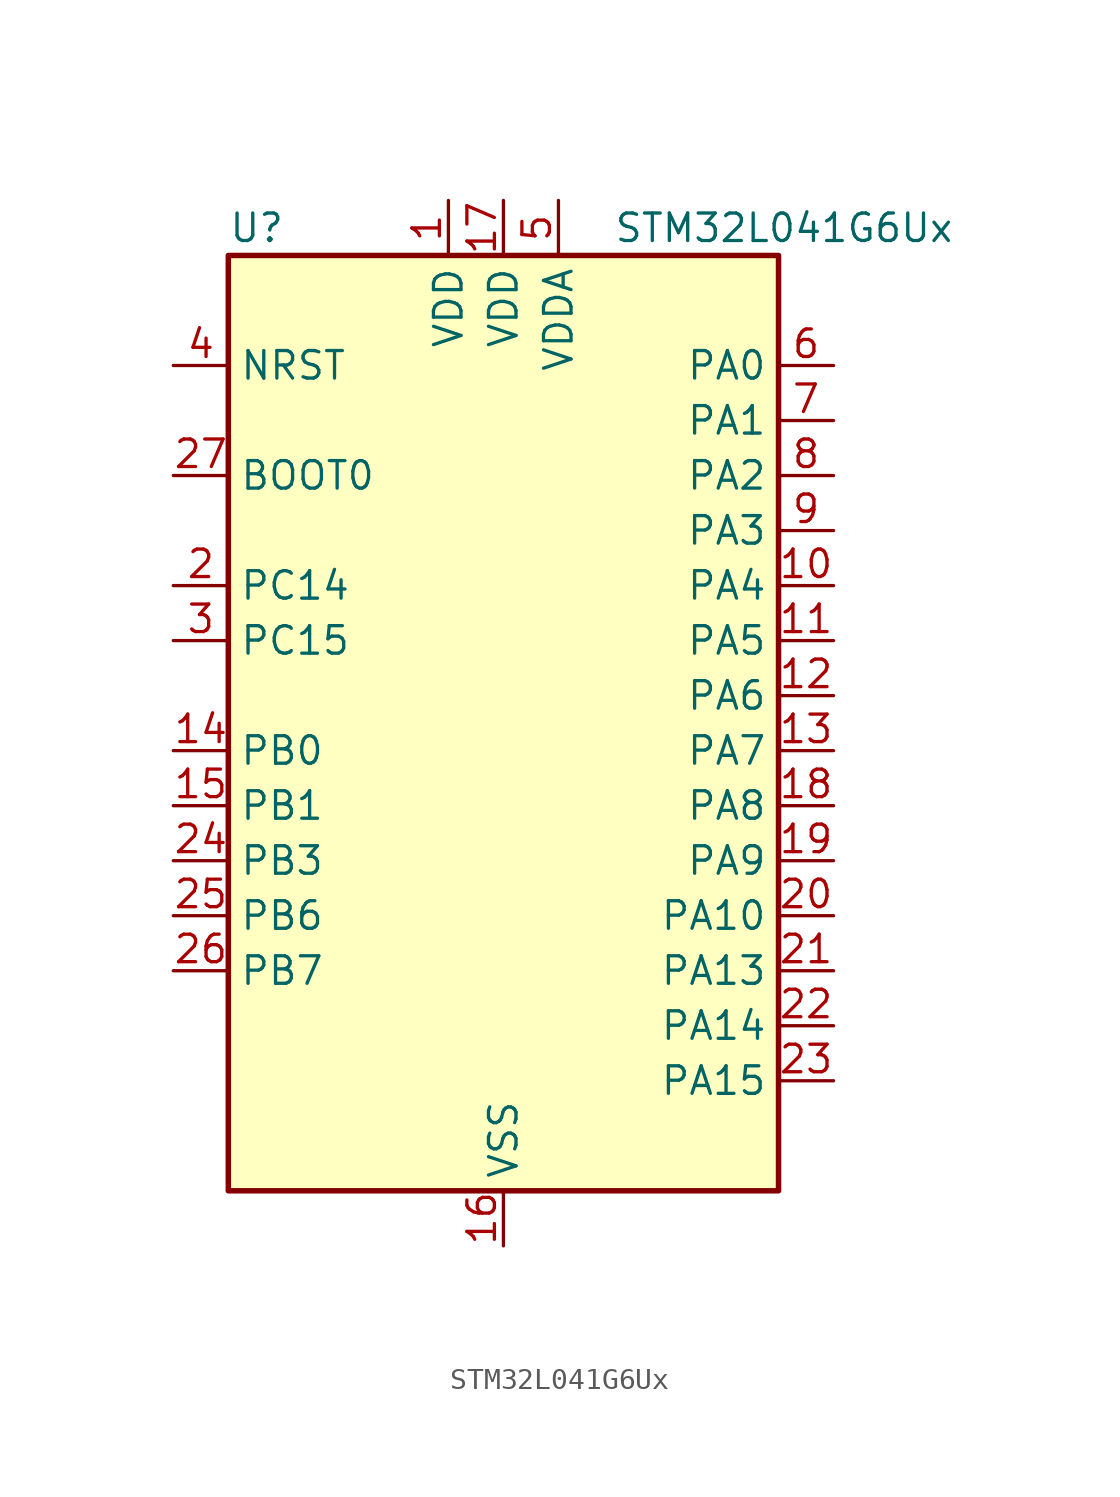
<source format=kicad_sym>
(kicad_symbol_lib
  (version 20241209)
  (generator "kicad_symbol_editor")
  (generator_version "9.0")
  (symbol "STM32L041G6Ux"
    (property "Reference" "U"
      (at -12.7 24.13 0)
      (effects (font (size 1.27 1.27)) (justify left)))
    (property "Value" "STM32L041G6Ux"
      (at 5.08 24.13 0)
      (effects (font (size 1.27 1.27)) (justify left)))
    (symbol "STM32L041G6Ux_0_1"
      (rectangle (start -12.7 -20.32) (end 12.7 22.86) (stroke (width 0.254) (type default)) (fill (type background))))
    (symbol "STM32L041G6Ux_1_1"
      (pin input line (at -15.24 17.78 0) (length 2.54) (name "NRST" (effects (font (size 1.27 1.27)))) (number "4" (effects (font (size 1.27 1.27)))))
      (pin input line (at -15.24 12.7 0) (length 2.54) (name "BOOT0" (effects (font (size 1.27 1.27)))) (number "27" (effects (font (size 1.27 1.27)))))
      (pin bidirectional line (at -15.24 7.62 0) (length 2.54) (name "PC14" (effects (font (size 1.27 1.27)))) (number "2" (effects (font (size 1.27 1.27)))) (alternate "RCC_OSC32_IN" bidirectional line))
      (pin bidirectional line (at -15.24 5.08 0) (length 2.54) (name "PC15" (effects (font (size 1.27 1.27)))) (number "3" (effects (font (size 1.27 1.27)))) (alternate "RCC_OSC32_OUT" bidirectional line))
      (pin bidirectional line (at -15.24 0 0) (length 2.54) (name "PB0" (effects (font (size 1.27 1.27)))) (number "14" (effects (font (size 1.27 1.27)))) (alternate "ADC_IN8" bidirectional line) (alternate "SPI1_MISO" bidirectional line) (alternate "SYS_VREF_OUT_PB0" bidirectional line) (alternate "TIM2_CH3" bidirectional line) (alternate "USART2_DE" bidirectional line) (alternate "USART2_RTS" bidirectional line))
      (pin bidirectional line (at -15.24 -2.54 0) (length 2.54) (name "PB1" (effects (font (size 1.27 1.27)))) (number "15" (effects (font (size 1.27 1.27)))) (alternate "ADC_IN9" bidirectional line) (alternate "LPUART1_DE" bidirectional line) (alternate "LPUART1_RTS" bidirectional line) (alternate "SPI1_MOSI" bidirectional line) (alternate "SYS_VREF_OUT_PB1" bidirectional line) (alternate "TIM2_CH4" bidirectional line) (alternate "USART2_CK" bidirectional line))
      (pin bidirectional line (at -15.24 -5.08 0) (length 2.54) (name "PB3" (effects (font (size 1.27 1.27)))) (number "24" (effects (font (size 1.27 1.27)))) (alternate "COMP2_INM" bidirectional line) (alternate "SPI1_SCK" bidirectional line) (alternate "TIM2_CH2" bidirectional line))
      (pin bidirectional line (at -15.24 -7.62 0) (length 2.54) (name "PB6" (effects (font (size 1.27 1.27)))) (number "25" (effects (font (size 1.27 1.27)))) (alternate "COMP2_INP" bidirectional line) (alternate "I2C1_SCL" bidirectional line) (alternate "LPTIM1_ETR" bidirectional line) (alternate "TIM21_CH1" bidirectional line) (alternate "USART2_TX" bidirectional line))
      (pin bidirectional line (at -15.24 -10.16 0) (length 2.54) (name "PB7" (effects (font (size 1.27 1.27)))) (number "26" (effects (font (size 1.27 1.27)))) (alternate "COMP2_INP" bidirectional line) (alternate "I2C1_SDA" bidirectional line) (alternate "LPTIM1_IN2" bidirectional line) (alternate "SYS_PVD_IN" bidirectional line) (alternate "USART2_RX" bidirectional line))
      (pin power_in line (at -2.54 25.4 270) (length 2.54) (name "VDD" (effects (font (size 1.27 1.27)))) (number "1" (effects (font (size 1.27 1.27)))))
      (pin power_in line (at 0 25.4 270) (length 2.54) (name "VDD" (effects (font (size 1.27 1.27)))) (number "17" (effects (font (size 1.27 1.27)))))
      (pin power_in line (at 0 -22.86 90) (length 2.54) (name "VSS" (effects (font (size 1.27 1.27)))) (number "16" (effects (font (size 1.27 1.27)))))
      (pin passive line (at 0 -22.86 90) (length 2.54) (hide yes) (name "VSS" (effects (font (size 1.27 1.27)))) (number "28" (effects (font (size 1.27 1.27)))))
      (pin power_in line (at 2.54 25.4 270) (length 2.54) (name "VDDA" (effects (font (size 1.27 1.27)))) (number "5" (effects (font (size 1.27 1.27)))))
      (pin bidirectional line (at 15.24 17.78 180) (length 2.54) (name "PA0" (effects (font (size 1.27 1.27)))) (number "6" (effects (font (size 1.27 1.27)))) (alternate "ADC_IN0" bidirectional line) (alternate "COMP1_INM" bidirectional line) (alternate "COMP1_OUT" bidirectional line) (alternate "LPTIM1_IN1" bidirectional line) (alternate "RCC_CK_IN" bidirectional line) (alternate "RTC_TAMP2" bidirectional line) (alternate "SYS_WKUP1" bidirectional line) (alternate "TIM2_CH1" bidirectional line) (alternate "TIM2_ETR" bidirectional line) (alternate "USART2_CTS" bidirectional line))
      (pin bidirectional line (at 15.24 15.24 180) (length 2.54) (name "PA1" (effects (font (size 1.27 1.27)))) (number "7" (effects (font (size 1.27 1.27)))) (alternate "ADC_IN1" bidirectional line) (alternate "COMP1_INP" bidirectional line) (alternate "I2C1_SMBA" bidirectional line) (alternate "LPTIM1_IN2" bidirectional line) (alternate "TIM21_ETR" bidirectional line) (alternate "TIM2_CH2" bidirectional line) (alternate "USART2_DE" bidirectional line) (alternate "USART2_RTS" bidirectional line))
      (pin bidirectional line (at 15.24 12.7 180) (length 2.54) (name "PA2" (effects (font (size 1.27 1.27)))) (number "8" (effects (font (size 1.27 1.27)))) (alternate "ADC_IN2" bidirectional line) (alternate "COMP2_INM" bidirectional line) (alternate "COMP2_OUT" bidirectional line) (alternate "LPUART1_TX" bidirectional line) (alternate "RTC_OUT_ALARM" bidirectional line) (alternate "RTC_OUT_CALIB" bidirectional line) (alternate "RTC_TAMP3" bidirectional line) (alternate "RTC_TS" bidirectional line) (alternate "SYS_WKUP3" bidirectional line) (alternate "TIM21_CH1" bidirectional line) (alternate "TIM2_CH3" bidirectional line) (alternate "USART2_TX" bidirectional line))
      (pin bidirectional line (at 15.24 10.16 180) (length 2.54) (name "PA3" (effects (font (size 1.27 1.27)))) (number "9" (effects (font (size 1.27 1.27)))) (alternate "ADC_IN3" bidirectional line) (alternate "COMP2_INP" bidirectional line) (alternate "LPUART1_RX" bidirectional line) (alternate "TIM21_CH2" bidirectional line) (alternate "TIM2_CH4" bidirectional line) (alternate "USART2_RX" bidirectional line))
      (pin bidirectional line (at 15.24 7.62 180) (length 2.54) (name "PA4" (effects (font (size 1.27 1.27)))) (number "10" (effects (font (size 1.27 1.27)))) (alternate "ADC_IN4" bidirectional line) (alternate "COMP1_INM" bidirectional line) (alternate "COMP2_INM" bidirectional line) (alternate "LPTIM1_IN1" bidirectional line) (alternate "SPI1_NSS" bidirectional line) (alternate "TIM22_ETR" bidirectional line) (alternate "USART2_CK" bidirectional line))
      (pin bidirectional line (at 15.24 5.08 180) (length 2.54) (name "PA5" (effects (font (size 1.27 1.27)))) (number "11" (effects (font (size 1.27 1.27)))) (alternate "ADC_IN5" bidirectional line) (alternate "COMP1_INM" bidirectional line) (alternate "COMP2_INM" bidirectional line) (alternate "LPTIM1_IN2" bidirectional line) (alternate "SPI1_SCK" bidirectional line) (alternate "TIM2_CH1" bidirectional line) (alternate "TIM2_ETR" bidirectional line))
      (pin bidirectional line (at 15.24 2.54 180) (length 2.54) (name "PA6" (effects (font (size 1.27 1.27)))) (number "12" (effects (font (size 1.27 1.27)))) (alternate "ADC_IN6" bidirectional line) (alternate "COMP1_OUT" bidirectional line) (alternate "LPTIM1_ETR" bidirectional line) (alternate "LPUART1_CTS" bidirectional line) (alternate "SPI1_MISO" bidirectional line) (alternate "TIM22_CH1" bidirectional line))
      (pin bidirectional line (at 15.24 0 180) (length 2.54) (name "PA7" (effects (font (size 1.27 1.27)))) (number "13" (effects (font (size 1.27 1.27)))) (alternate "ADC_IN7" bidirectional line) (alternate "COMP2_OUT" bidirectional line) (alternate "LPTIM1_OUT" bidirectional line) (alternate "SPI1_MOSI" bidirectional line) (alternate "TIM22_CH2" bidirectional line) (alternate "USART2_CTS" bidirectional line))
      (pin bidirectional line (at 15.24 -2.54 180) (length 2.54) (name "PA8" (effects (font (size 1.27 1.27)))) (number "18" (effects (font (size 1.27 1.27)))) (alternate "LPTIM1_IN1" bidirectional line) (alternate "RCC_MCO" bidirectional line) (alternate "TIM2_CH1" bidirectional line) (alternate "USART2_CK" bidirectional line))
      (pin bidirectional line (at 15.24 -5.08 180) (length 2.54) (name "PA9" (effects (font (size 1.27 1.27)))) (number "19" (effects (font (size 1.27 1.27)))) (alternate "I2C1_SCL" bidirectional line) (alternate "RCC_MCO" bidirectional line) (alternate "TIM22_CH1" bidirectional line) (alternate "USART2_TX" bidirectional line))
      (pin bidirectional line (at 15.24 -7.62 180) (length 2.54) (name "PA10" (effects (font (size 1.27 1.27)))) (number "20" (effects (font (size 1.27 1.27)))) (alternate "I2C1_SDA" bidirectional line) (alternate "TIM22_CH2" bidirectional line) (alternate "USART2_RX" bidirectional line))
      (pin bidirectional line (at 15.24 -10.16 180) (length 2.54) (name "PA13" (effects (font (size 1.27 1.27)))) (number "21" (effects (font (size 1.27 1.27)))) (alternate "LPTIM1_ETR" bidirectional line) (alternate "LPUART1_RX" bidirectional line) (alternate "SYS_SWDIO" bidirectional line))
      (pin bidirectional line (at 15.24 -12.7 180) (length 2.54) (name "PA14" (effects (font (size 1.27 1.27)))) (number "22" (effects (font (size 1.27 1.27)))) (alternate "I2C1_SMBA" bidirectional line) (alternate "LPTIM1_OUT" bidirectional line) (alternate "LPUART1_TX" bidirectional line) (alternate "SYS_SWCLK" bidirectional line) (alternate "USART2_TX" bidirectional line))
      (pin bidirectional line (at 15.24 -15.24 180) (length 2.54) (name "PA15" (effects (font (size 1.27 1.27)))) (number "23" (effects (font (size 1.27 1.27)))) (alternate "SPI1_NSS" bidirectional line) (alternate "TIM2_CH1" bidirectional line) (alternate "TIM2_ETR" bidirectional line) (alternate "USART2_RX" bidirectional line)))))
</source>
